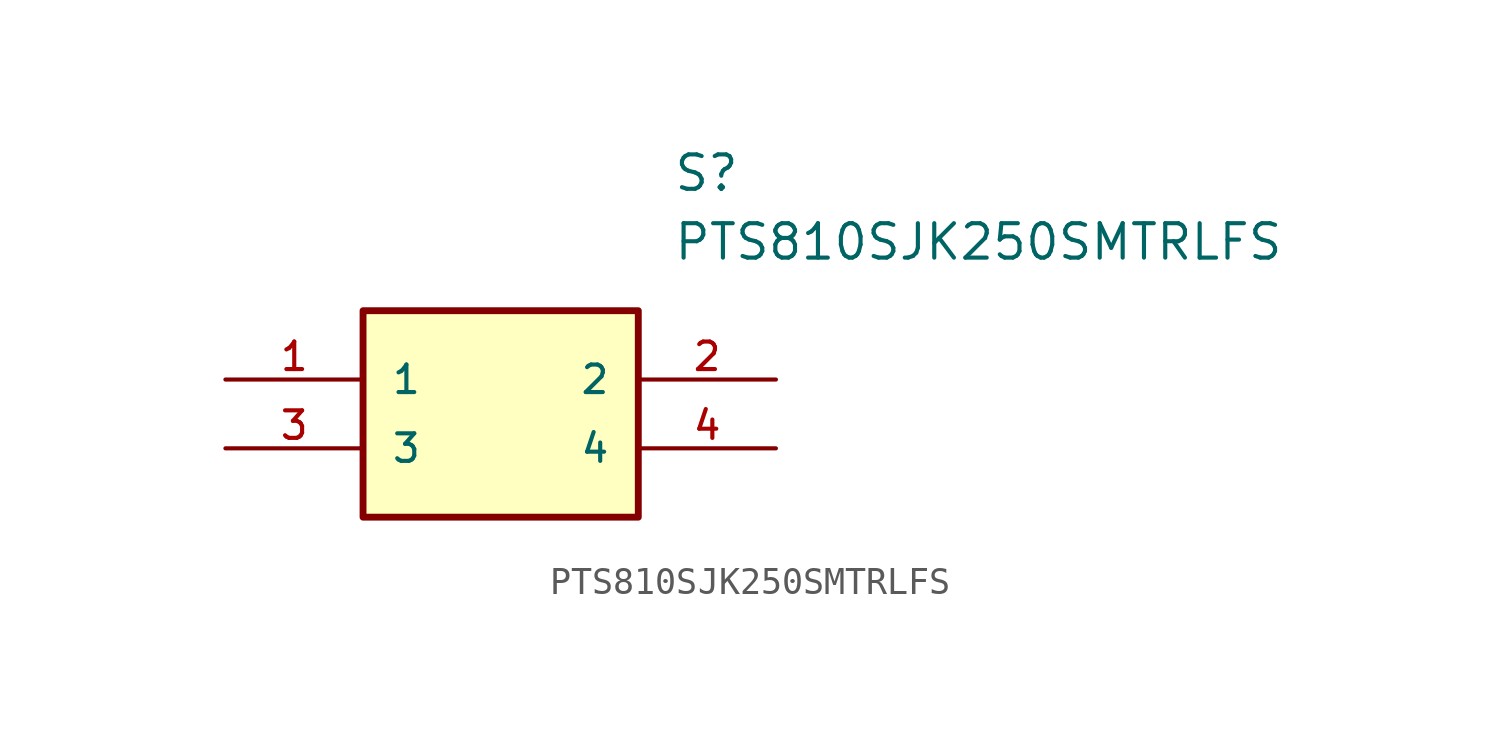
<source format=kicad_sym>
(kicad_symbol_lib
  (version 20211014)
  (generator kicad_symbol_editor)
  (symbol "PTS810SJK250SMTRLFS"
    (pin_names
      (offset 1.016))
    (property "Reference" "S"
      (at 16.51 7.62 0)
      (effects (font (size 1.27 1.27)) (justify left)))
    (property "Value" "PTS810SJK250SMTRLFS"
      (at 16.51 5.08 0)
      (effects (font (size 1.27 1.27)) (justify left)))
    (symbol "PTS810SJK250SMTRLFS_0_0"
      (rectangle (start 5.08 -5.08) (end 15.24 2.54) (stroke (width 0.254)) (fill (type background)))
      (pin bidirectional line (at 0.0 0.0 0) (length 5.08) (name "1" (effects (font (size 1.016 1.016)))) (number "1" (effects (font (size 1.016 1.016)))))
      (pin bidirectional line (at 20.32 0.0 180.0) (length 5.08) (name "2" (effects (font (size 1.016 1.016)))) (number "2" (effects (font (size 1.016 1.016)))))
      (pin bidirectional line (at 0.0 -2.54 0) (length 5.08) (name "3" (effects (font (size 1.016 1.016)))) (number "3" (effects (font (size 1.016 1.016)))))
      (pin bidirectional line (at 20.32 -2.54 180.0) (length 5.08) (name "4" (effects (font (size 1.016 1.016)))) (number "4" (effects (font (size 1.016 1.016))))))))
</source>
